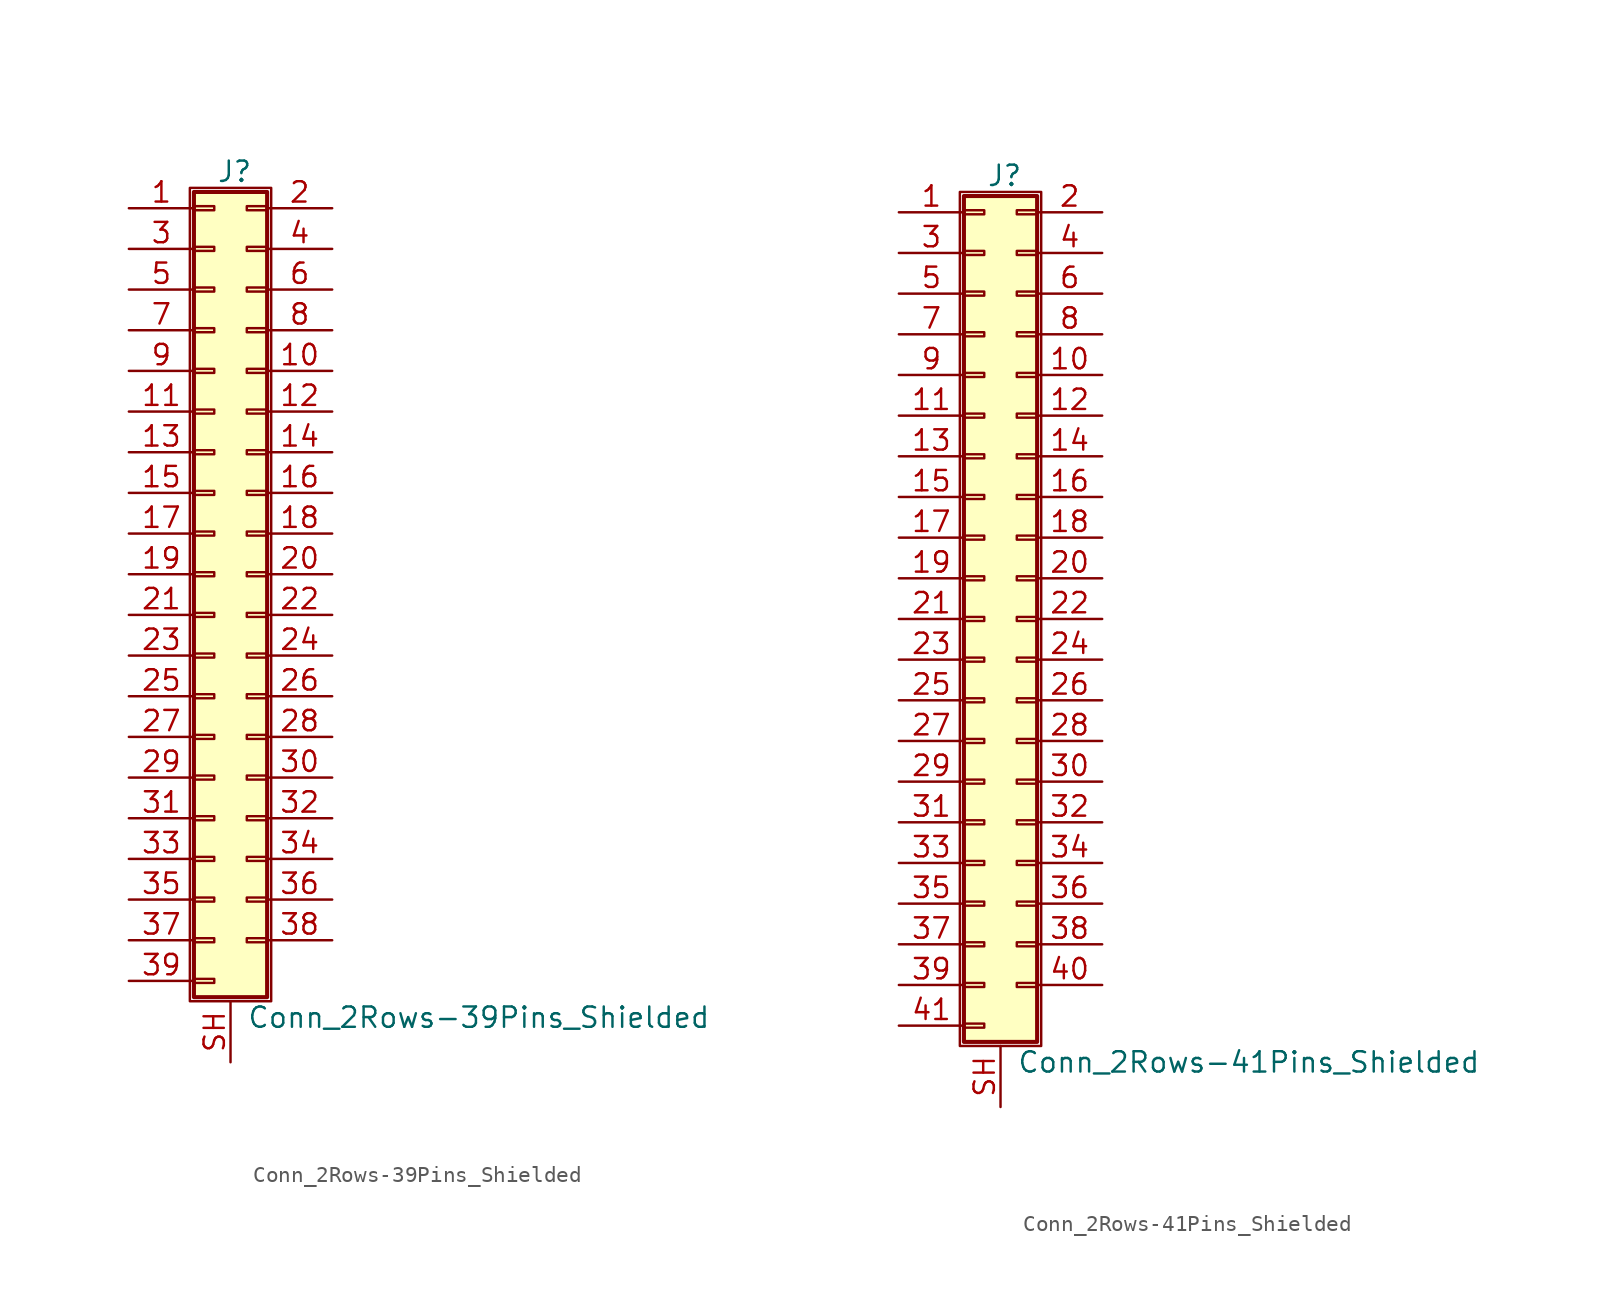
<source format=kicad_sym>
(kicad_symbol_lib
  (version 20201005)
  (generator kicad_symbol_editor)
  (symbol "Conn_2Rows-39Pins_Shielded"
    (pin_names
      (offset 1.016) hide)
    (property "Reference" "J"
      (at 1.524 25.146 0)
      (effects (font (size 1.27 1.27))))
    (property "Value" "Conn_2Rows-39Pins_Shielded"
      (at 2.286 -27.686 0)
      (effects (font (size 1.27 1.27)) (justify left)))
    (symbol "Conn_2Rows-39Pins_Shielded_1_1"
      (rectangle (start -1.27 24.13) (end 3.81 -26.67) (stroke (width 0.152)) (fill (type none)))
      (rectangle (start -1.016 -25.273) (end 0.254 -25.527) (stroke (width 0.152)) (fill (type none)))
      (rectangle (start -1.016 -22.733) (end 0.254 -22.987) (stroke (width 0.152)) (fill (type none)))
      (rectangle (start -1.016 -20.193) (end 0.254 -20.447) (stroke (width 0.152)) (fill (type none)))
      (rectangle (start -1.016 -17.653) (end 0.254 -17.907) (stroke (width 0.152)) (fill (type none)))
      (rectangle (start -1.016 -15.113) (end 0.254 -15.367) (stroke (width 0.152)) (fill (type none)))
      (rectangle (start -1.016 -12.573) (end 0.254 -12.827) (stroke (width 0.152)) (fill (type none)))
      (rectangle (start -1.016 -10.033) (end 0.254 -10.287) (stroke (width 0.152)) (fill (type none)))
      (rectangle (start -1.016 -7.493) (end 0.254 -7.747) (stroke (width 0.152)) (fill (type none)))
      (rectangle (start -1.016 -4.953) (end 0.254 -5.207) (stroke (width 0.152)) (fill (type none)))
      (rectangle (start -1.016 -2.413) (end 0.254 -2.667) (stroke (width 0.152)) (fill (type none)))
      (rectangle (start -1.016 0.127) (end 0.254 -0.127) (stroke (width 0.152)) (fill (type none)))
      (rectangle (start -1.016 2.667) (end 0.254 2.413) (stroke (width 0.152)) (fill (type none)))
      (rectangle (start -1.016 5.207) (end 0.254 4.953) (stroke (width 0.152)) (fill (type none)))
      (rectangle (start -1.016 7.747) (end 0.254 7.493) (stroke (width 0.152)) (fill (type none)))
      (rectangle (start -1.016 10.287) (end 0.254 10.033) (stroke (width 0.152)) (fill (type none)))
      (rectangle (start -1.016 12.827) (end 0.254 12.573) (stroke (width 0.152)) (fill (type none)))
      (rectangle (start -1.016 15.367) (end 0.254 15.113) (stroke (width 0.152)) (fill (type none)))
      (rectangle (start -1.016 17.907) (end 0.254 17.653) (stroke (width 0.152)) (fill (type none)))
      (rectangle (start -1.016 20.447) (end 0.254 20.193) (stroke (width 0.152)) (fill (type none)))
      (rectangle (start -1.016 22.987) (end 0.254 22.733) (stroke (width 0.152)) (fill (type none)))
      (rectangle (start -1.016 23.876) (end 3.556 -26.416) (stroke (width 0.254)) (fill (type background)))
      (rectangle (start 3.556 -22.733) (end 2.286 -22.987) (stroke (width 0.152)) (fill (type none)))
      (rectangle (start 3.556 -20.193) (end 2.286 -20.447) (stroke (width 0.152)) (fill (type none)))
      (rectangle (start 3.556 -17.653) (end 2.286 -17.907) (stroke (width 0.152)) (fill (type none)))
      (rectangle (start 3.556 -15.113) (end 2.286 -15.367) (stroke (width 0.152)) (fill (type none)))
      (rectangle (start 3.556 -12.573) (end 2.286 -12.827) (stroke (width 0.152)) (fill (type none)))
      (rectangle (start 3.556 -10.033) (end 2.286 -10.287) (stroke (width 0.152)) (fill (type none)))
      (rectangle (start 3.556 -7.493) (end 2.286 -7.747) (stroke (width 0.152)) (fill (type none)))
      (rectangle (start 3.556 -4.953) (end 2.286 -5.207) (stroke (width 0.152)) (fill (type none)))
      (rectangle (start 3.556 -2.413) (end 2.286 -2.667) (stroke (width 0.152)) (fill (type none)))
      (rectangle (start 3.556 0.127) (end 2.286 -0.127) (stroke (width 0.152)) (fill (type none)))
      (rectangle (start 3.556 2.667) (end 2.286 2.413) (stroke (width 0.152)) (fill (type none)))
      (rectangle (start 3.556 5.207) (end 2.286 4.953) (stroke (width 0.152)) (fill (type none)))
      (rectangle (start 3.556 7.747) (end 2.286 7.493) (stroke (width 0.152)) (fill (type none)))
      (rectangle (start 3.556 10.287) (end 2.286 10.033) (stroke (width 0.152)) (fill (type none)))
      (rectangle (start 3.556 12.827) (end 2.286 12.573) (stroke (width 0.152)) (fill (type none)))
      (rectangle (start 3.556 15.367) (end 2.286 15.113) (stroke (width 0.152)) (fill (type none)))
      (rectangle (start 3.556 17.907) (end 2.286 17.653) (stroke (width 0.152)) (fill (type none)))
      (rectangle (start 3.556 20.447) (end 2.286 20.193) (stroke (width 0.152)) (fill (type none)))
      (rectangle (start 3.556 22.987) (end 2.286 22.733) (stroke (width 0.152)) (fill (type none)))
      (pin passive line (at -5.08 22.86 0) (length 4.064) (name "Pin_1" (effects (font (size 1.27 1.27)))) (number "1" (effects (font (size 1.27 1.27)))))
      (pin passive line (at 7.62 12.7 180) (length 4.064) (name "Pin_10" (effects (font (size 1.27 1.27)))) (number "10" (effects (font (size 1.27 1.27)))))
      (pin passive line (at -5.08 10.16 0) (length 4.064) (name "Pin_11" (effects (font (size 1.27 1.27)))) (number "11" (effects (font (size 1.27 1.27)))))
      (pin passive line (at 7.62 10.16 180) (length 4.064) (name "Pin_12" (effects (font (size 1.27 1.27)))) (number "12" (effects (font (size 1.27 1.27)))))
      (pin passive line (at -5.08 7.62 0) (length 4.064) (name "Pin_13" (effects (font (size 1.27 1.27)))) (number "13" (effects (font (size 1.27 1.27)))))
      (pin passive line (at 7.62 7.62 180) (length 4.064) (name "Pin_14" (effects (font (size 1.27 1.27)))) (number "14" (effects (font (size 1.27 1.27)))))
      (pin passive line (at -5.08 5.08 0) (length 4.064) (name "Pin_15" (effects (font (size 1.27 1.27)))) (number "15" (effects (font (size 1.27 1.27)))))
      (pin passive line (at 7.62 5.08 180) (length 4.064) (name "Pin_16" (effects (font (size 1.27 1.27)))) (number "16" (effects (font (size 1.27 1.27)))))
      (pin passive line (at -5.08 2.54 0) (length 4.064) (name "Pin_17" (effects (font (size 1.27 1.27)))) (number "17" (effects (font (size 1.27 1.27)))))
      (pin passive line (at 7.62 2.54 180) (length 4.064) (name "Pin_18" (effects (font (size 1.27 1.27)))) (number "18" (effects (font (size 1.27 1.27)))))
      (pin passive line (at -5.08 0 0) (length 4.064) (name "Pin_19" (effects (font (size 1.27 1.27)))) (number "19" (effects (font (size 1.27 1.27)))))
      (pin passive line (at 7.62 22.86 180) (length 4.064) (name "Pin_2" (effects (font (size 1.27 1.27)))) (number "2" (effects (font (size 1.27 1.27)))))
      (pin passive line (at 7.62 0 180) (length 4.064) (name "Pin_20" (effects (font (size 1.27 1.27)))) (number "20" (effects (font (size 1.27 1.27)))))
      (pin passive line (at -5.08 -2.54 0) (length 4.064) (name "Pin_21" (effects (font (size 1.27 1.27)))) (number "21" (effects (font (size 1.27 1.27)))))
      (pin passive line (at 7.62 -2.54 180) (length 4.064) (name "Pin_22" (effects (font (size 1.27 1.27)))) (number "22" (effects (font (size 1.27 1.27)))))
      (pin passive line (at -5.08 -5.08 0) (length 4.064) (name "Pin_23" (effects (font (size 1.27 1.27)))) (number "23" (effects (font (size 1.27 1.27)))))
      (pin passive line (at 7.62 -5.08 180) (length 4.064) (name "Pin_24" (effects (font (size 1.27 1.27)))) (number "24" (effects (font (size 1.27 1.27)))))
      (pin passive line (at -5.08 -7.62 0) (length 4.064) (name "Pin_25" (effects (font (size 1.27 1.27)))) (number "25" (effects (font (size 1.27 1.27)))))
      (pin passive line (at 7.62 -7.62 180) (length 4.064) (name "Pin_26" (effects (font (size 1.27 1.27)))) (number "26" (effects (font (size 1.27 1.27)))))
      (pin passive line (at -5.08 -10.16 0) (length 4.064) (name "Pin_27" (effects (font (size 1.27 1.27)))) (number "27" (effects (font (size 1.27 1.27)))))
      (pin passive line (at 7.62 -10.16 180) (length 4.064) (name "Pin_28" (effects (font (size 1.27 1.27)))) (number "28" (effects (font (size 1.27 1.27)))))
      (pin passive line (at -5.08 -12.7 0) (length 4.064) (name "Pin_29" (effects (font (size 1.27 1.27)))) (number "29" (effects (font (size 1.27 1.27)))))
      (pin passive line (at -5.08 20.32 0) (length 4.064) (name "Pin_3" (effects (font (size 1.27 1.27)))) (number "3" (effects (font (size 1.27 1.27)))))
      (pin passive line (at 7.62 -12.7 180) (length 4.064) (name "Pin_30" (effects (font (size 1.27 1.27)))) (number "30" (effects (font (size 1.27 1.27)))))
      (pin passive line (at -5.08 -15.24 0) (length 4.064) (name "Pin_31" (effects (font (size 1.27 1.27)))) (number "31" (effects (font (size 1.27 1.27)))))
      (pin passive line (at 7.62 -15.24 180) (length 4.064) (name "Pin_32" (effects (font (size 1.27 1.27)))) (number "32" (effects (font (size 1.27 1.27)))))
      (pin passive line (at -5.08 -17.78 0) (length 4.064) (name "Pin_33" (effects (font (size 1.27 1.27)))) (number "33" (effects (font (size 1.27 1.27)))))
      (pin passive line (at 7.62 -17.78 180) (length 4.064) (name "Pin_34" (effects (font (size 1.27 1.27)))) (number "34" (effects (font (size 1.27 1.27)))))
      (pin passive line (at -5.08 -20.32 0) (length 4.064) (name "Pin_35" (effects (font (size 1.27 1.27)))) (number "35" (effects (font (size 1.27 1.27)))))
      (pin passive line (at 7.62 -20.32 180) (length 4.064) (name "Pin_36" (effects (font (size 1.27 1.27)))) (number "36" (effects (font (size 1.27 1.27)))))
      (pin passive line (at -5.08 -22.86 0) (length 4.064) (name "Pin_37" (effects (font (size 1.27 1.27)))) (number "37" (effects (font (size 1.27 1.27)))))
      (pin passive line (at 7.62 -22.86 180) (length 4.064) (name "Pin_38" (effects (font (size 1.27 1.27)))) (number "38" (effects (font (size 1.27 1.27)))))
      (pin passive line (at -5.08 -25.4 0) (length 4.064) (name "Pin_39" (effects (font (size 1.27 1.27)))) (number "39" (effects (font (size 1.27 1.27)))))
      (pin passive line (at 7.62 20.32 180) (length 4.064) (name "Pin_4" (effects (font (size 1.27 1.27)))) (number "4" (effects (font (size 1.27 1.27)))))
      (pin passive line (at -5.08 17.78 0) (length 4.064) (name "Pin_5" (effects (font (size 1.27 1.27)))) (number "5" (effects (font (size 1.27 1.27)))))
      (pin passive line (at 7.62 17.78 180) (length 4.064) (name "Pin_6" (effects (font (size 1.27 1.27)))) (number "6" (effects (font (size 1.27 1.27)))))
      (pin passive line (at -5.08 15.24 0) (length 4.064) (name "Pin_7" (effects (font (size 1.27 1.27)))) (number "7" (effects (font (size 1.27 1.27)))))
      (pin passive line (at 7.62 15.24 180) (length 4.064) (name "Pin_8" (effects (font (size 1.27 1.27)))) (number "8" (effects (font (size 1.27 1.27)))))
      (pin passive line (at -5.08 12.7 0) (length 4.064) (name "Pin_9" (effects (font (size 1.27 1.27)))) (number "9" (effects (font (size 1.27 1.27)))))
      (pin passive line (at 1.27 -30.48 90) (length 3.81) (name "Shield" (effects (font (size 1.27 1.27)))) (number "SH" (effects (font (size 1.27 1.27)))))))
  (symbol "Conn_2Rows-41Pins_Shielded"
    (pin_names
      (offset 1.016) hide)
    (property "Reference" "J"
      (at 1.524 27.686 0)
      (effects (font (size 1.27 1.27))))
    (property "Value" "Conn_2Rows-41Pins_Shielded"
      (at 2.286 -27.686 0)
      (effects (font (size 1.27 1.27)) (justify left)))
    (symbol "Conn_2Rows-41Pins_Shielded_1_1"
      (rectangle (start -1.27 26.67) (end 3.81 -26.67) (stroke (width 0.152)) (fill (type none)))
      (rectangle (start -1.016 -25.273) (end 0.254 -25.527) (stroke (width 0.152)) (fill (type none)))
      (rectangle (start -1.016 -22.733) (end 0.254 -22.987) (stroke (width 0.152)) (fill (type none)))
      (rectangle (start -1.016 -20.193) (end 0.254 -20.447) (stroke (width 0.152)) (fill (type none)))
      (rectangle (start -1.016 -17.653) (end 0.254 -17.907) (stroke (width 0.152)) (fill (type none)))
      (rectangle (start -1.016 -15.113) (end 0.254 -15.367) (stroke (width 0.152)) (fill (type none)))
      (rectangle (start -1.016 -12.573) (end 0.254 -12.827) (stroke (width 0.152)) (fill (type none)))
      (rectangle (start -1.016 -10.033) (end 0.254 -10.287) (stroke (width 0.152)) (fill (type none)))
      (rectangle (start -1.016 -7.493) (end 0.254 -7.747) (stroke (width 0.152)) (fill (type none)))
      (rectangle (start -1.016 -4.953) (end 0.254 -5.207) (stroke (width 0.152)) (fill (type none)))
      (rectangle (start -1.016 -2.413) (end 0.254 -2.667) (stroke (width 0.152)) (fill (type none)))
      (rectangle (start -1.016 0.127) (end 0.254 -0.127) (stroke (width 0.152)) (fill (type none)))
      (rectangle (start -1.016 2.667) (end 0.254 2.413) (stroke (width 0.152)) (fill (type none)))
      (rectangle (start -1.016 5.207) (end 0.254 4.953) (stroke (width 0.152)) (fill (type none)))
      (rectangle (start -1.016 7.747) (end 0.254 7.493) (stroke (width 0.152)) (fill (type none)))
      (rectangle (start -1.016 10.287) (end 0.254 10.033) (stroke (width 0.152)) (fill (type none)))
      (rectangle (start -1.016 12.827) (end 0.254 12.573) (stroke (width 0.152)) (fill (type none)))
      (rectangle (start -1.016 15.367) (end 0.254 15.113) (stroke (width 0.152)) (fill (type none)))
      (rectangle (start -1.016 17.907) (end 0.254 17.653) (stroke (width 0.152)) (fill (type none)))
      (rectangle (start -1.016 20.447) (end 0.254 20.193) (stroke (width 0.152)) (fill (type none)))
      (rectangle (start -1.016 22.987) (end 0.254 22.733) (stroke (width 0.152)) (fill (type none)))
      (rectangle (start -1.016 25.527) (end 0.254 25.273) (stroke (width 0.152)) (fill (type none)))
      (rectangle (start -1.016 26.416) (end 3.556 -26.416) (stroke (width 0.254)) (fill (type background)))
      (rectangle (start 3.556 -22.733) (end 2.286 -22.987) (stroke (width 0.152)) (fill (type none)))
      (rectangle (start 3.556 -20.193) (end 2.286 -20.447) (stroke (width 0.152)) (fill (type none)))
      (rectangle (start 3.556 -17.653) (end 2.286 -17.907) (stroke (width 0.152)) (fill (type none)))
      (rectangle (start 3.556 -15.113) (end 2.286 -15.367) (stroke (width 0.152)) (fill (type none)))
      (rectangle (start 3.556 -12.573) (end 2.286 -12.827) (stroke (width 0.152)) (fill (type none)))
      (rectangle (start 3.556 -10.033) (end 2.286 -10.287) (stroke (width 0.152)) (fill (type none)))
      (rectangle (start 3.556 -7.493) (end 2.286 -7.747) (stroke (width 0.152)) (fill (type none)))
      (rectangle (start 3.556 -4.953) (end 2.286 -5.207) (stroke (width 0.152)) (fill (type none)))
      (rectangle (start 3.556 -2.413) (end 2.286 -2.667) (stroke (width 0.152)) (fill (type none)))
      (rectangle (start 3.556 0.127) (end 2.286 -0.127) (stroke (width 0.152)) (fill (type none)))
      (rectangle (start 3.556 2.667) (end 2.286 2.413) (stroke (width 0.152)) (fill (type none)))
      (rectangle (start 3.556 5.207) (end 2.286 4.953) (stroke (width 0.152)) (fill (type none)))
      (rectangle (start 3.556 7.747) (end 2.286 7.493) (stroke (width 0.152)) (fill (type none)))
      (rectangle (start 3.556 10.287) (end 2.286 10.033) (stroke (width 0.152)) (fill (type none)))
      (rectangle (start 3.556 12.827) (end 2.286 12.573) (stroke (width 0.152)) (fill (type none)))
      (rectangle (start 3.556 15.367) (end 2.286 15.113) (stroke (width 0.152)) (fill (type none)))
      (rectangle (start 3.556 17.907) (end 2.286 17.653) (stroke (width 0.152)) (fill (type none)))
      (rectangle (start 3.556 20.447) (end 2.286 20.193) (stroke (width 0.152)) (fill (type none)))
      (rectangle (start 3.556 22.987) (end 2.286 22.733) (stroke (width 0.152)) (fill (type none)))
      (rectangle (start 3.556 25.527) (end 2.286 25.273) (stroke (width 0.152)) (fill (type none)))
      (pin passive line (at -5.08 25.4 0) (length 4.064) (name "Pin_1" (effects (font (size 1.27 1.27)))) (number "1" (effects (font (size 1.27 1.27)))))
      (pin passive line (at 7.62 15.24 180) (length 4.064) (name "Pin_10" (effects (font (size 1.27 1.27)))) (number "10" (effects (font (size 1.27 1.27)))))
      (pin passive line (at -5.08 12.7 0) (length 4.064) (name "Pin_11" (effects (font (size 1.27 1.27)))) (number "11" (effects (font (size 1.27 1.27)))))
      (pin passive line (at 7.62 12.7 180) (length 4.064) (name "Pin_12" (effects (font (size 1.27 1.27)))) (number "12" (effects (font (size 1.27 1.27)))))
      (pin passive line (at -5.08 10.16 0) (length 4.064) (name "Pin_13" (effects (font (size 1.27 1.27)))) (number "13" (effects (font (size 1.27 1.27)))))
      (pin passive line (at 7.62 10.16 180) (length 4.064) (name "Pin_14" (effects (font (size 1.27 1.27)))) (number "14" (effects (font (size 1.27 1.27)))))
      (pin passive line (at -5.08 7.62 0) (length 4.064) (name "Pin_15" (effects (font (size 1.27 1.27)))) (number "15" (effects (font (size 1.27 1.27)))))
      (pin passive line (at 7.62 7.62 180) (length 4.064) (name "Pin_16" (effects (font (size 1.27 1.27)))) (number "16" (effects (font (size 1.27 1.27)))))
      (pin passive line (at -5.08 5.08 0) (length 4.064) (name "Pin_17" (effects (font (size 1.27 1.27)))) (number "17" (effects (font (size 1.27 1.27)))))
      (pin passive line (at 7.62 5.08 180) (length 4.064) (name "Pin_18" (effects (font (size 1.27 1.27)))) (number "18" (effects (font (size 1.27 1.27)))))
      (pin passive line (at -5.08 2.54 0) (length 4.064) (name "Pin_19" (effects (font (size 1.27 1.27)))) (number "19" (effects (font (size 1.27 1.27)))))
      (pin passive line (at 7.62 25.4 180) (length 4.064) (name "Pin_2" (effects (font (size 1.27 1.27)))) (number "2" (effects (font (size 1.27 1.27)))))
      (pin passive line (at 7.62 2.54 180) (length 4.064) (name "Pin_20" (effects (font (size 1.27 1.27)))) (number "20" (effects (font (size 1.27 1.27)))))
      (pin passive line (at -5.08 0 0) (length 4.064) (name "Pin_21" (effects (font (size 1.27 1.27)))) (number "21" (effects (font (size 1.27 1.27)))))
      (pin passive line (at 7.62 0 180) (length 4.064) (name "Pin_22" (effects (font (size 1.27 1.27)))) (number "22" (effects (font (size 1.27 1.27)))))
      (pin passive line (at -5.08 -2.54 0) (length 4.064) (name "Pin_23" (effects (font (size 1.27 1.27)))) (number "23" (effects (font (size 1.27 1.27)))))
      (pin passive line (at 7.62 -2.54 180) (length 4.064) (name "Pin_24" (effects (font (size 1.27 1.27)))) (number "24" (effects (font (size 1.27 1.27)))))
      (pin passive line (at -5.08 -5.08 0) (length 4.064) (name "Pin_25" (effects (font (size 1.27 1.27)))) (number "25" (effects (font (size 1.27 1.27)))))
      (pin passive line (at 7.62 -5.08 180) (length 4.064) (name "Pin_26" (effects (font (size 1.27 1.27)))) (number "26" (effects (font (size 1.27 1.27)))))
      (pin passive line (at -5.08 -7.62 0) (length 4.064) (name "Pin_27" (effects (font (size 1.27 1.27)))) (number "27" (effects (font (size 1.27 1.27)))))
      (pin passive line (at 7.62 -7.62 180) (length 4.064) (name "Pin_28" (effects (font (size 1.27 1.27)))) (number "28" (effects (font (size 1.27 1.27)))))
      (pin passive line (at -5.08 -10.16 0) (length 4.064) (name "Pin_29" (effects (font (size 1.27 1.27)))) (number "29" (effects (font (size 1.27 1.27)))))
      (pin passive line (at -5.08 22.86 0) (length 4.064) (name "Pin_3" (effects (font (size 1.27 1.27)))) (number "3" (effects (font (size 1.27 1.27)))))
      (pin passive line (at 7.62 -10.16 180) (length 4.064) (name "Pin_30" (effects (font (size 1.27 1.27)))) (number "30" (effects (font (size 1.27 1.27)))))
      (pin passive line (at -5.08 -12.7 0) (length 4.064) (name "Pin_31" (effects (font (size 1.27 1.27)))) (number "31" (effects (font (size 1.27 1.27)))))
      (pin passive line (at 7.62 -12.7 180) (length 4.064) (name "Pin_32" (effects (font (size 1.27 1.27)))) (number "32" (effects (font (size 1.27 1.27)))))
      (pin passive line (at -5.08 -15.24 0) (length 4.064) (name "Pin_33" (effects (font (size 1.27 1.27)))) (number "33" (effects (font (size 1.27 1.27)))))
      (pin passive line (at 7.62 -15.24 180) (length 4.064) (name "Pin_34" (effects (font (size 1.27 1.27)))) (number "34" (effects (font (size 1.27 1.27)))))
      (pin passive line (at -5.08 -17.78 0) (length 4.064) (name "Pin_35" (effects (font (size 1.27 1.27)))) (number "35" (effects (font (size 1.27 1.27)))))
      (pin passive line (at 7.62 -17.78 180) (length 4.064) (name "Pin_36" (effects (font (size 1.27 1.27)))) (number "36" (effects (font (size 1.27 1.27)))))
      (pin passive line (at -5.08 -20.32 0) (length 4.064) (name "Pin_37" (effects (font (size 1.27 1.27)))) (number "37" (effects (font (size 1.27 1.27)))))
      (pin passive line (at 7.62 -20.32 180) (length 4.064) (name "Pin_38" (effects (font (size 1.27 1.27)))) (number "38" (effects (font (size 1.27 1.27)))))
      (pin passive line (at -5.08 -22.86 0) (length 4.064) (name "Pin_39" (effects (font (size 1.27 1.27)))) (number "39" (effects (font (size 1.27 1.27)))))
      (pin passive line (at 7.62 22.86 180) (length 4.064) (name "Pin_4" (effects (font (size 1.27 1.27)))) (number "4" (effects (font (size 1.27 1.27)))))
      (pin passive line (at 7.62 -22.86 180) (length 4.064) (name "Pin_40" (effects (font (size 1.27 1.27)))) (number "40" (effects (font (size 1.27 1.27)))))
      (pin passive line (at -5.08 -25.4 0) (length 4.064) (name "Pin_41" (effects (font (size 1.27 1.27)))) (number "41" (effects (font (size 1.27 1.27)))))
      (pin passive line (at -5.08 20.32 0) (length 4.064) (name "Pin_5" (effects (font (size 1.27 1.27)))) (number "5" (effects (font (size 1.27 1.27)))))
      (pin passive line (at 7.62 20.32 180) (length 4.064) (name "Pin_6" (effects (font (size 1.27 1.27)))) (number "6" (effects (font (size 1.27 1.27)))))
      (pin passive line (at -5.08 17.78 0) (length 4.064) (name "Pin_7" (effects (font (size 1.27 1.27)))) (number "7" (effects (font (size 1.27 1.27)))))
      (pin passive line (at 7.62 17.78 180) (length 4.064) (name "Pin_8" (effects (font (size 1.27 1.27)))) (number "8" (effects (font (size 1.27 1.27)))))
      (pin passive line (at -5.08 15.24 0) (length 4.064) (name "Pin_9" (effects (font (size 1.27 1.27)))) (number "9" (effects (font (size 1.27 1.27)))))
      (pin passive line (at 1.27 -30.48 90) (length 3.81) (name "Shield" (effects (font (size 1.27 1.27)))) (number "SH" (effects (font (size 1.27 1.27))))))))
</source>
